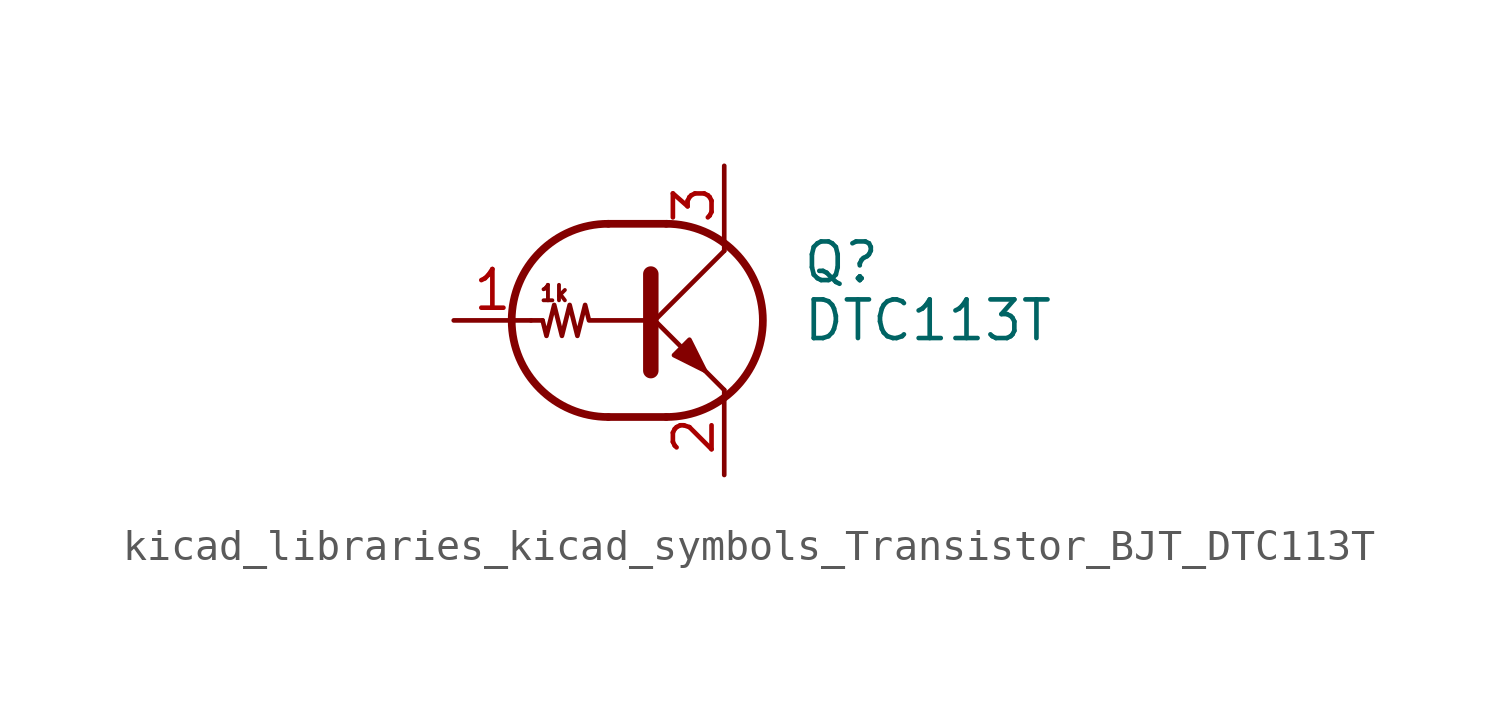
<source format=kicad_sym>
(kicad_symbol_lib
  (version 20220914)
  (generator kicad_symbol_editor)
  (symbol "kicad_libraries_kicad_symbols_Transistor_BJT_DTC113T"
    (pin_names
      (offset 0) hide)
    (property "Reference" "Q"
      (at 5.08 1.905 0)
      (effects (font (size 1.27 1.27)) (justify left)))
    (property "Value" "DTC113T"
      (at 5.08 0 0)
      (effects (font (size 1.27 1.27)) (justify left)))
    (symbol "kicad_libraries_kicad_symbols_Transistor_BJT_DTC113T_0_0"
      (polyline (pts (xy 2.54 -2.286) (xy 2.54 -2.54)) (stroke (width 0) (type default)) (fill (type none)))
      (text "1k" (at -3.048 0.889 0) (effects (font (size 0.508 0.508)))))
    (symbol "kicad_libraries_kicad_symbols_Transistor_BJT_DTC113T_0_1"
      (arc (start -1.27 3.175) (mid -4.4312 0) (end -1.27 -3.175) (stroke (width 0.254) (type default)) (fill (type none)))
      (polyline (pts (xy -3.429 0) (xy -3.81 0)) (stroke (width 0) (type default)) (fill (type none)))
      (polyline (pts (xy -1.27 -3.175) (xy 0.635 -3.175)) (stroke (width 0.254) (type default)) (fill (type none)))
      (polyline (pts (xy -1.27 3.175) (xy 0.635 3.175)) (stroke (width 0.254) (type default)) (fill (type none)))
      (polyline (pts (xy 0 -0.254) (xy 2.54 2.286)) (stroke (width 0) (type default)) (fill (type none)))
      (polyline (pts (xy 0.127 1.524) (xy 0.127 -1.651)) (stroke (width 0.508) (type default)) (fill (type outline)))
      (polyline (pts (xy 2.54 2.286) (xy 2.54 2.54)) (stroke (width 0) (type default)) (fill (type none)))
      (polyline (pts (xy 2.54 -2.286) (xy 0 0.254) (xy 0 0.254)) (stroke (width 0) (type default)) (fill (type none)))
      (polyline (pts (xy 0.889 -1.143) (xy 1.397 -0.635) (xy 1.905 -1.651) (xy 0.889 -1.143)) (stroke (width 0) (type default)) (fill (type outline)))
      (polyline (pts (xy 0 0) (xy -1.905 0) (xy -2.032 0.508) (xy -2.286 -0.508) (xy -2.54 0.508) (xy -2.794 -0.508) (xy -3.048 0.508) (xy -3.302 -0.508) (xy -3.429 0)) (stroke (width 0) (type default)) (fill (type none)))
      (arc (start 0.635 -3.175) (mid 3.7962 0) (end 0.635 3.175) (stroke (width 0.254) (type default)) (fill (type none))))
    (symbol "kicad_libraries_kicad_symbols_Transistor_BJT_DTC113T_1_1"
      (pin input line (at -6.35 0 0) (length 2.54) (name "B" (effects (font (size 1.27 1.27)))) (number "1" (effects (font (size 1.27 1.27)))))
      (pin passive line (at 2.54 -5.08 90) (length 2.54) (name "E" (effects (font (size 1.27 1.27)))) (number "2" (effects (font (size 1.27 1.27)))))
      (pin passive line (at 2.54 5.08 270) (length 2.54) (name "C" (effects (font (size 1.27 1.27)))) (number "3" (effects (font (size 1.27 1.27))))))))
</source>
